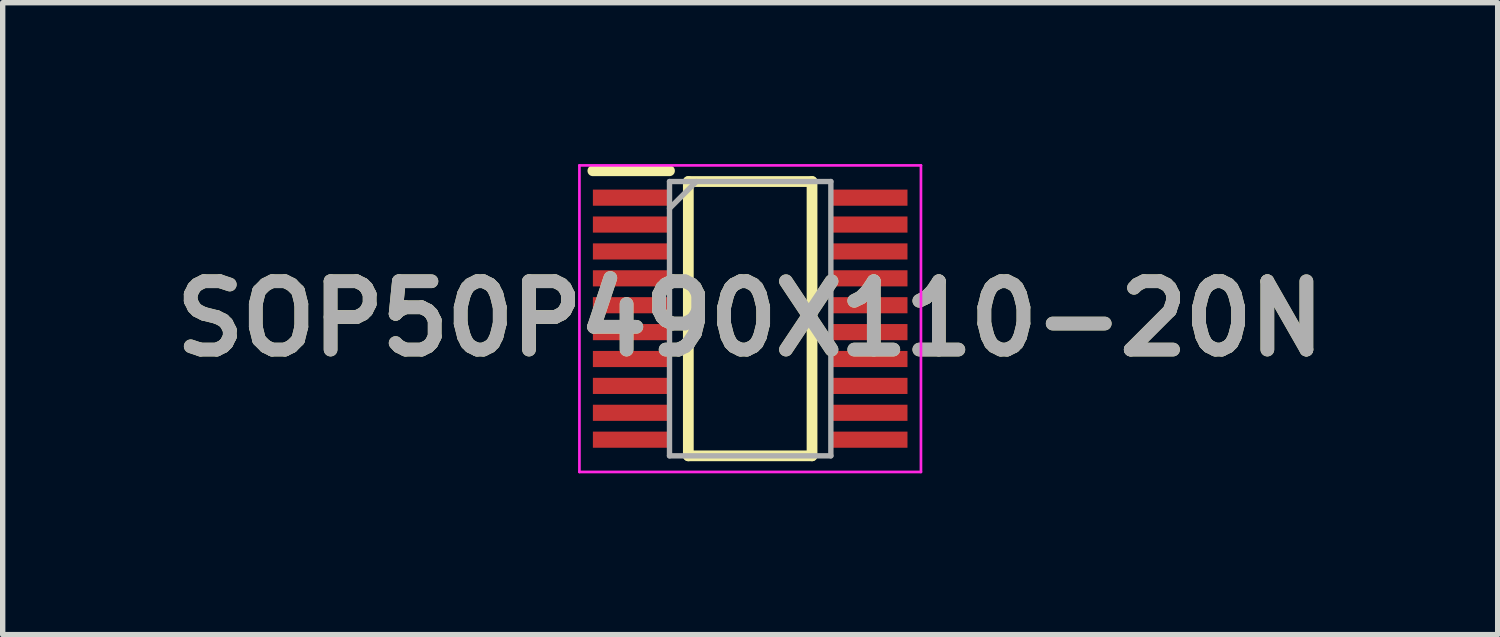
<source format=kicad_pcb>
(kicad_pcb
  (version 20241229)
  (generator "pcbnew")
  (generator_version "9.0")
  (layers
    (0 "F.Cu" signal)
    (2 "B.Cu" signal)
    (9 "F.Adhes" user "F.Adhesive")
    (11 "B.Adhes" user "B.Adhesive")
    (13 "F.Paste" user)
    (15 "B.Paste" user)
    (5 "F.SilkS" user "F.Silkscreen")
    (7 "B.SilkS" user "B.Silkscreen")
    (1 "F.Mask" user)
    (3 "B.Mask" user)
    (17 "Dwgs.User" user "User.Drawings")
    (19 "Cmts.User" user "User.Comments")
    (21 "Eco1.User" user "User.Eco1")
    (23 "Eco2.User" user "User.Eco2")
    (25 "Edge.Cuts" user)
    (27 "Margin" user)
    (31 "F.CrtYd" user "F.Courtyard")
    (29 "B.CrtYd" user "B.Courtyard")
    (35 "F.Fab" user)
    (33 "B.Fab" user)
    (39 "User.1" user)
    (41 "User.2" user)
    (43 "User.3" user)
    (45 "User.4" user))
  (footprint "SOP50P490X110-20N"
    (layer "F.Cu")
    (at 10.898 2.875)
    (property "Reference" "SOP50P490X110-20N" (at 0 0 0) (layer "F.SilkS") (effects (font (size 1.27 1.27) (thickness 0.254))))
    (attr smd)
    (fp_line (start -2.925 -2.75) (end -1.5 -2.75) (stroke (width 0.2) (type solid)) (layer "F.SilkS"))
    (fp_line (start -1.15 -2.55) (end 1.15 -2.55) (stroke (width 0.2) (type solid)) (layer "F.SilkS"))
    (fp_line (start -1.15 2.55) (end -1.15 -2.55) (stroke (width 0.2) (type solid)) (layer "F.SilkS"))
    (fp_line (start 1.15 -2.55) (end 1.15 2.55) (stroke (width 0.2) (type solid)) (layer "F.SilkS"))
    (fp_line (start 1.15 2.55) (end -1.15 2.55) (stroke (width 0.2) (type solid)) (layer "F.SilkS"))
    (fp_line (start -3.175 -2.85) (end 3.175 -2.85) (stroke (width 0.05) (type solid)) (layer "F.CrtYd"))
    (fp_line (start -3.175 2.85) (end -3.175 -2.85) (stroke (width 0.05) (type solid)) (layer "F.CrtYd"))
    (fp_line (start 3.175 -2.85) (end 3.175 2.85) (stroke (width 0.05) (type solid)) (layer "F.CrtYd"))
    (fp_line (start 3.175 2.85) (end -3.175 2.85) (stroke (width 0.05) (type solid)) (layer "F.CrtYd"))
    (fp_line (start -1.5 -2.55) (end 1.5 -2.55) (stroke (width 0.1) (type solid)) (layer "F.Fab"))
    (fp_line (start -1.5 -2.05) (end -1 -2.55) (stroke (width 0.1) (type solid)) (layer "F.Fab"))
    (fp_line (start -1.5 2.55) (end -1.5 -2.55) (stroke (width 0.1) (type solid)) (layer "F.Fab"))
    (fp_line (start 1.5 -2.55) (end 1.5 2.55) (stroke (width 0.1) (type solid)) (layer "F.Fab"))
    (fp_line (start 1.5 2.55) (end -1.5 2.55) (stroke (width 0.1) (type solid)) (layer "F.Fab"))
    (fp_text user "${REFERENCE}" (at 0 0 0) (layer "F.Fab") (effects (font (size 1.27 1.27) (thickness 0.254))))
    (pad "1" smd rect (at -2.212 -2.25 90) (size 0.3 1.425) (layers "F.Cu" "F.Mask" "F.Paste"))
    (pad "2" smd rect (at -2.212 -1.75 90) (size 0.3 1.425) (layers "F.Cu" "F.Mask" "F.Paste"))
    (pad "3" smd rect (at -2.212 -1.25 90) (size 0.3 1.425) (layers "F.Cu" "F.Mask" "F.Paste"))
    (pad "4" smd rect (at -2.212 -0.75 90) (size 0.3 1.425) (layers "F.Cu" "F.Mask" "F.Paste"))
    (pad "5" smd rect (at -2.212 -0.25 90) (size 0.3 1.425) (layers "F.Cu" "F.Mask" "F.Paste"))
    (pad "6" smd rect (at -2.212 0.25 90) (size 0.3 1.425) (layers "F.Cu" "F.Mask" "F.Paste"))
    (pad "7" smd rect (at -2.212 0.75 90) (size 0.3 1.425) (layers "F.Cu" "F.Mask" "F.Paste"))
    (pad "8" smd rect (at -2.212 1.25 90) (size 0.3 1.425) (layers "F.Cu" "F.Mask" "F.Paste"))
    (pad "9" smd rect (at -2.212 1.75 90) (size 0.3 1.425) (layers "F.Cu" "F.Mask" "F.Paste"))
    (pad "10" smd rect (at -2.212 2.25 90) (size 0.3 1.425) (layers "F.Cu" "F.Mask" "F.Paste"))
    (pad "11" smd rect (at 2.212 2.25 90) (size 0.3 1.425) (layers "F.Cu" "F.Mask" "F.Paste"))
    (pad "12" smd rect (at 2.212 1.75 90) (size 0.3 1.425) (layers "F.Cu" "F.Mask" "F.Paste"))
    (pad "13" smd rect (at 2.212 1.25 90) (size 0.3 1.425) (layers "F.Cu" "F.Mask" "F.Paste"))
    (pad "14" smd rect (at 2.212 0.75 90) (size 0.3 1.425) (layers "F.Cu" "F.Mask" "F.Paste"))
    (pad "15" smd rect (at 2.212 0.25 90) (size 0.3 1.425) (layers "F.Cu" "F.Mask" "F.Paste"))
    (pad "16" smd rect (at 2.212 -0.25 90) (size 0.3 1.425) (layers "F.Cu" "F.Mask" "F.Paste"))
    (pad "17" smd rect (at 2.212 -0.75 90) (size 0.3 1.425) (layers "F.Cu" "F.Mask" "F.Paste"))
    (pad "18" smd rect (at 2.212 -1.25 90) (size 0.3 1.425) (layers "F.Cu" "F.Mask" "F.Paste"))
    (pad "19" smd rect (at 2.212 -1.75 90) (size 0.3 1.425) (layers "F.Cu" "F.Mask" "F.Paste"))
    (pad "20" smd rect (at 2.212 -2.25 90) (size 0.3 1.425) (layers "F.Cu" "F.Mask" "F.Paste")))
  (gr_rect
    (start -3 -3)
    (end 24.796 8.75)
    (stroke (width 0.1) (type default))
    (fill no)
    (layer "Edge.Cuts")))
</source>
